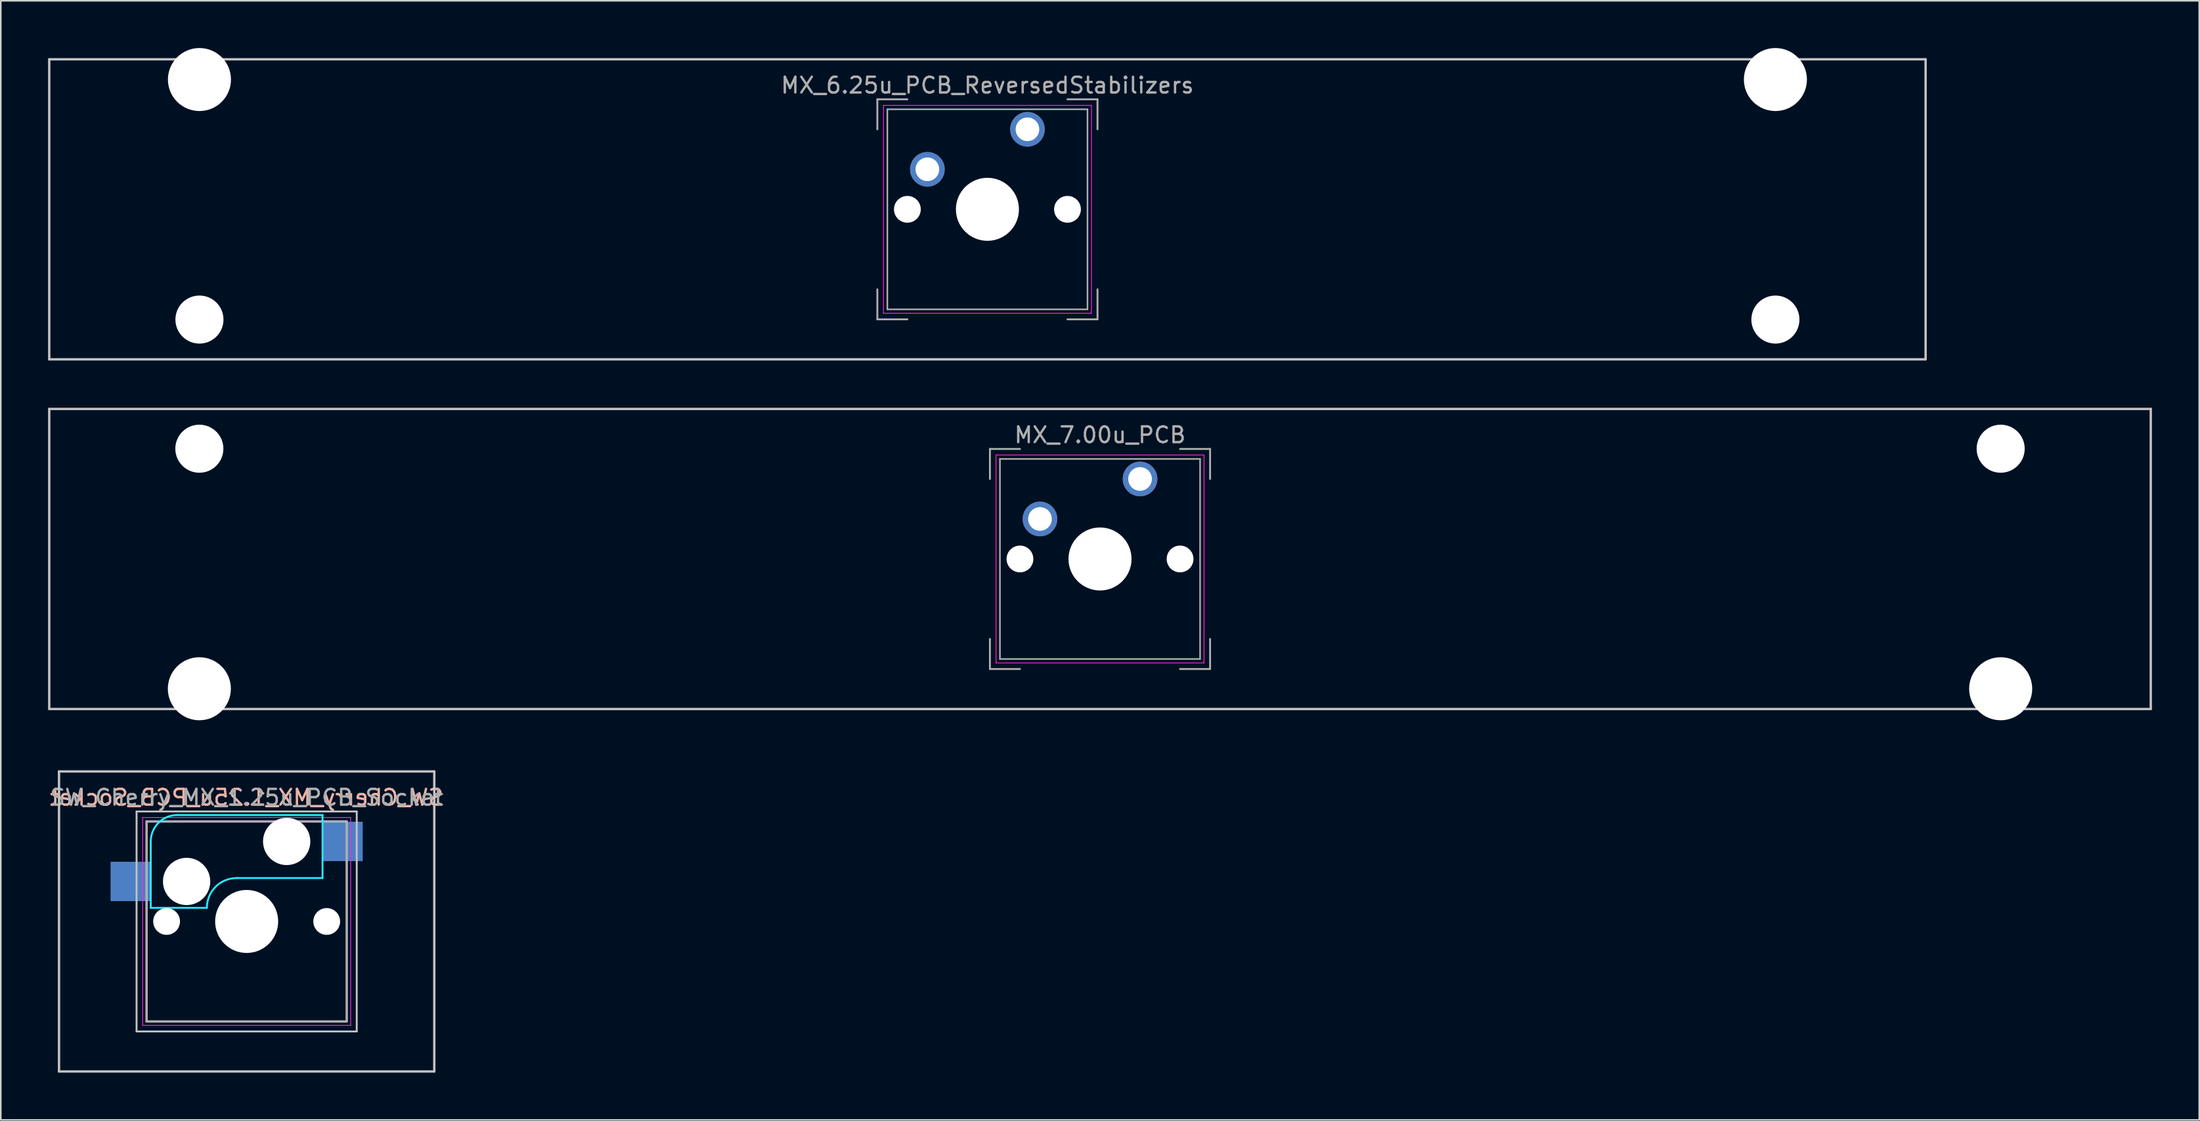
<source format=kicad_pcb>
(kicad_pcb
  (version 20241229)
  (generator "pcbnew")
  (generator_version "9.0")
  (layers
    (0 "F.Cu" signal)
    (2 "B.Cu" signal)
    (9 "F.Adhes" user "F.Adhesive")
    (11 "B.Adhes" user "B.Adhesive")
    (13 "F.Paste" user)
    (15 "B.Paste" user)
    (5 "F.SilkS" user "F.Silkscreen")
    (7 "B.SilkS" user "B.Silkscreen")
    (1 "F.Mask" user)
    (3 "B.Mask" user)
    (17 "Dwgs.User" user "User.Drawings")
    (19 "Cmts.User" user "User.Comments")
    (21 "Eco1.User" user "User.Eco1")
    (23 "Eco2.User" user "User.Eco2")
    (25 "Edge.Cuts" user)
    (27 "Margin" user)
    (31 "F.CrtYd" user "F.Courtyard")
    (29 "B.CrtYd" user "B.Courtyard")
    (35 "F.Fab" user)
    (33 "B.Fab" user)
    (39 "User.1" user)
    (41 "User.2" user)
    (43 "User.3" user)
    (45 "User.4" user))
  (footprint "SW_Cherry_MX_1.25u_PCB_Socket"
    (layer "F.Cu")
    (at 0.695 45.93)
    (property "Reference" "SW_Cherry_MX_1.25u_PCB_Socket" (at 11.906 1.651 0) (layer "B.SilkS") (effects (font (size 1 1) (thickness 0.15)) (justify mirror)))
    (attr through_hole)
    (fp_line (start 0 0) (end 23.812 0) (stroke (width 0.15) (type solid)) (layer "Dwgs.User"))
    (fp_line (start 0 19.05) (end 0 0) (stroke (width 0.15) (type solid)) (layer "Dwgs.User"))
    (fp_line (start 4.921 2.54) (end 18.891 2.54) (stroke (width 0.12) (type solid)) (layer "Dwgs.User"))
    (fp_line (start 4.921 16.51) (end 4.921 2.54) (stroke (width 0.12) (type solid)) (layer "Dwgs.User"))
    (fp_line (start 18.891 2.54) (end 18.891 16.51) (stroke (width 0.12) (type solid)) (layer "Dwgs.User"))
    (fp_line (start 18.891 16.51) (end 4.921 16.51) (stroke (width 0.12) (type solid)) (layer "Dwgs.User"))
    (fp_line (start 23.812 0) (end 23.812 19.05) (stroke (width 0.15) (type solid)) (layer "Dwgs.User"))
    (fp_line (start 23.812 19.05) (end 0 19.05) (stroke (width 0.15) (type solid)) (layer "Dwgs.User"))
    (fp_line (start 5.821 8.66) (end 5.821 4.445) (stroke (width 0.12) (type solid)) (layer "B.CrtYd"))
    (fp_line (start 5.821 8.66) (end 9.381 8.66) (stroke (width 0.12) (type solid)) (layer "B.CrtYd"))
    (fp_line (start 7.496 2.77) (end 16.721 2.77) (stroke (width 0.12) (type solid)) (layer "B.CrtYd"))
    (fp_line (start 16.721 2.77) (end 16.721 6.77) (stroke (width 0.12) (type solid)) (layer "B.CrtYd"))
    (fp_line (start 16.721 6.77) (end 11.271 6.77) (stroke (width 0.12) (type solid)) (layer "B.CrtYd"))
    (fp_arc (start 5.82125 4.445) (mid 6.311846 3.260596) (end 7.49625 2.77) (stroke (width 0.12) (type solid)) (layer "B.CrtYd"))
    (fp_arc (start 9.38125 8.66) (mid 9.934818 7.323568) (end 11.27125 6.77) (stroke (width 0.12) (type solid)) (layer "B.CrtYd"))
    (fp_line (start 5.306 2.925) (end 18.506 2.925) (stroke (width 0.05) (type solid)) (layer "F.CrtYd"))
    (fp_line (start 5.306 16.125) (end 5.306 2.925) (stroke (width 0.05) (type solid)) (layer "F.CrtYd"))
    (fp_line (start 18.506 2.925) (end 18.506 16.125) (stroke (width 0.05) (type solid)) (layer "F.CrtYd"))
    (fp_line (start 18.506 16.125) (end 5.306 16.125) (stroke (width 0.05) (type solid)) (layer "F.CrtYd"))
    (fp_line (start 5.556 3.175) (end 18.256 3.175) (stroke (width 0.15) (type solid)) (layer "F.Fab"))
    (fp_line (start 5.556 15.875) (end 5.556 3.175) (stroke (width 0.15) (type solid)) (layer "F.Fab"))
    (fp_line (start 18.256 3.175) (end 18.256 15.875) (stroke (width 0.15) (type solid)) (layer "F.Fab"))
    (fp_line (start 18.256 15.875) (end 5.556 15.875) (stroke (width 0.15) (type solid)) (layer "F.Fab"))
    (fp_text user "${REFERENCE}" (at 11.906 1.651 0) (layer "F.Fab") (effects (font (size 1 1) (thickness 0.15))))
    (pad "" np_thru_hole circle (at 6.826 9.525) (size 1.7 1.7) (drill 1.7) (layers "*.Cu" "*.Mask"))
    (pad "" np_thru_hole circle (at 8.096 6.985) (size 3 3) (drill 3) (layers "*.Cu" "*.Mask"))
    (pad "" np_thru_hole circle (at 11.906 9.525) (size 4 4) (drill 4) (layers "*.Cu" "*.Mask"))
    (pad "" np_thru_hole circle (at 14.446 4.445) (size 3 3) (drill 3) (layers "*.Cu" "*.Mask"))
    (pad "" np_thru_hole circle (at 16.986 9.525) (size 1.7 1.7) (drill 1.7) (layers "*.Cu" "*.Mask"))
    (pad "1" smd rect (at 17.996 4.445) (size 2.55 2.5) (layers "B.Cu" "B.Mask" "B.Paste"))
    (pad "2" smd rect (at 4.546 6.985) (size 2.55 2.5) (layers "B.Cu" "B.Mask" "B.Paste")))
  (footprint "MX_7.00u_PCB"
    (layer "F.Cu")
    (at 66.75 32.44)
    (property "Reference" "MX_7.00u_PCB" (at 0 -7.874 0) (layer "F.Fab") (effects (font (size 1 1) (thickness 0.15))))
    (attr through_hole)
    (fp_line (start -66.675 -9.525) (end 66.675 -9.525) (stroke (width 0.15) (type solid)) (layer "Dwgs.User"))
    (fp_line (start -66.675 9.525) (end -66.675 -9.525) (stroke (width 0.15) (type solid)) (layer "Dwgs.User"))
    (fp_line (start 66.675 -9.525) (end 66.675 9.525) (stroke (width 0.15) (type solid)) (layer "Dwgs.User"))
    (fp_line (start 66.675 9.525) (end -66.675 9.525) (stroke (width 0.15) (type solid)) (layer "Dwgs.User"))
    (fp_line (start -6.6 -6.6) (end 6.6 -6.6) (stroke (width 0.05) (type solid)) (layer "F.CrtYd"))
    (fp_line (start -6.6 6.6) (end -6.6 -6.6) (stroke (width 0.05) (type solid)) (layer "F.CrtYd"))
    (fp_line (start 6.6 -6.6) (end 6.6 6.6) (stroke (width 0.05) (type solid)) (layer "F.CrtYd"))
    (fp_line (start 6.6 6.6) (end -6.6 6.6) (stroke (width 0.05) (type solid)) (layer "F.CrtYd"))
    (fp_line (start -6.985 -6.985) (end -5.08 -6.985) (stroke (width 0.12) (type solid)) (layer "F.Fab"))
    (fp_line (start -6.985 -5.08) (end -6.985 -6.985) (stroke (width 0.12) (type solid)) (layer "F.Fab"))
    (fp_line (start -6.985 5.08) (end -6.985 6.985) (stroke (width 0.12) (type solid)) (layer "F.Fab"))
    (fp_line (start -6.35 -6.35) (end 6.35 -6.35) (stroke (width 0.1) (type solid)) (layer "F.Fab"))
    (fp_line (start -6.35 6.35) (end -6.35 -6.35) (stroke (width 0.1) (type solid)) (layer "F.Fab"))
    (fp_line (start -5.08 6.985) (end -6.985 6.985) (stroke (width 0.12) (type solid)) (layer "F.Fab"))
    (fp_line (start 5.08 -6.985) (end 6.985 -6.985) (stroke (width 0.12) (type solid)) (layer "F.Fab"))
    (fp_line (start 6.35 -6.35) (end 6.35 6.35) (stroke (width 0.1) (type solid)) (layer "F.Fab"))
    (fp_line (start 6.35 6.35) (end -6.35 6.35) (stroke (width 0.1) (type solid)) (layer "F.Fab"))
    (fp_line (start 6.985 -6.985) (end 6.985 -5.08) (stroke (width 0.12) (type solid)) (layer "F.Fab"))
    (fp_line (start 6.985 5.08) (end 6.985 6.985) (stroke (width 0.12) (type solid)) (layer "F.Fab"))
    (fp_line (start 6.985 6.985) (end 5.08 6.985) (stroke (width 0.12) (type solid)) (layer "F.Fab"))
    (pad "" np_thru_hole circle (at -57.15 -7) (size 3.05 3.05) (drill 3.05) (layers "*.Cu" "*.Mask"))
    (pad "" np_thru_hole circle (at -57.15 8.24) (size 4 4) (drill 4) (layers "*.Cu" "*.Mask"))
    (pad "" np_thru_hole circle (at -5.08 0) (size 1.7 1.7) (drill 1.7) (layers "*.Cu" "*.Mask"))
    (pad "" np_thru_hole circle (at 0 0) (size 4 4) (drill 4) (layers "*.Cu" "*.Mask"))
    (pad "" np_thru_hole circle (at 5.08 0) (size 1.7 1.7) (drill 1.7) (layers "*.Cu" "*.Mask"))
    (pad "" np_thru_hole circle (at 57.15 -7) (size 3.05 3.05) (drill 3.05) (layers "*.Cu" "*.Mask"))
    (pad "" np_thru_hole circle (at 57.15 8.24) (size 4 4) (drill 4) (layers "*.Cu" "*.Mask"))
    (pad "1" thru_hole circle (at 2.54 -5.08) (size 2.2 2.2) (drill 1.5) (layers "*.Cu" "*.Mask"))
    (pad "2" thru_hole circle (at -3.81 -2.54) (size 2.2 2.2) (drill 1.5) (layers "*.Cu" "*.Mask")))
  (footprint "MX_6.25u_PCB_ReversedStabilizers"
    (layer "F.Cu")
    (at 59.606 10.24)
    (property "Reference" "MX_6.25u_PCB_ReversedStabilizers" (at 0 -7.874 0) (layer "F.Fab") (effects (font (size 1 1) (thickness 0.15))))
    (attr through_hole)
    (fp_line (start -59.531 -9.525) (end 59.531 -9.525) (stroke (width 0.15) (type solid)) (layer "Dwgs.User"))
    (fp_line (start -59.531 9.525) (end -59.531 -9.525) (stroke (width 0.15) (type solid)) (layer "Dwgs.User"))
    (fp_line (start 59.531 -9.525) (end 59.531 9.525) (stroke (width 0.15) (type solid)) (layer "Dwgs.User"))
    (fp_line (start 59.531 9.525) (end -59.531 9.525) (stroke (width 0.15) (type solid)) (layer "Dwgs.User"))
    (fp_line (start -6.6 -6.6) (end 6.6 -6.6) (stroke (width 0.05) (type solid)) (layer "F.CrtYd"))
    (fp_line (start -6.6 6.6) (end -6.6 -6.6) (stroke (width 0.05) (type solid)) (layer "F.CrtYd"))
    (fp_line (start 6.6 -6.6) (end 6.6 6.6) (stroke (width 0.05) (type solid)) (layer "F.CrtYd"))
    (fp_line (start 6.6 6.6) (end -6.6 6.6) (stroke (width 0.05) (type solid)) (layer "F.CrtYd"))
    (fp_line (start -6.985 -6.985) (end -5.08 -6.985) (stroke (width 0.12) (type solid)) (layer "F.Fab"))
    (fp_line (start -6.985 -5.08) (end -6.985 -6.985) (stroke (width 0.12) (type solid)) (layer "F.Fab"))
    (fp_line (start -6.985 6.985) (end -6.985 5.08) (stroke (width 0.12) (type solid)) (layer "F.Fab"))
    (fp_line (start -6.35 -6.35) (end 6.35 -6.35) (stroke (width 0.1) (type solid)) (layer "F.Fab"))
    (fp_line (start -6.35 6.35) (end -6.35 -6.35) (stroke (width 0.1) (type solid)) (layer "F.Fab"))
    (fp_line (start -5.08 6.985) (end -6.985 6.985) (stroke (width 0.12) (type solid)) (layer "F.Fab"))
    (fp_line (start 6.35 -6.35) (end 6.35 6.35) (stroke (width 0.1) (type solid)) (layer "F.Fab"))
    (fp_line (start 6.35 6.35) (end -6.35 6.35) (stroke (width 0.1) (type solid)) (layer "F.Fab"))
    (fp_line (start 6.985 -6.985) (end 5.08 -6.985) (stroke (width 0.12) (type solid)) (layer "F.Fab"))
    (fp_line (start 6.985 -6.985) (end 6.985 -5.08) (stroke (width 0.12) (type solid)) (layer "F.Fab"))
    (fp_line (start 6.985 6.985) (end 5.08 6.985) (stroke (width 0.12) (type solid)) (layer "F.Fab"))
    (fp_line (start 6.985 6.985) (end 6.985 5.08) (stroke (width 0.12) (type solid)) (layer "F.Fab"))
    (pad "" np_thru_hole circle (at -50 -8.24 180) (size 4 4) (drill 4) (layers "*.Cu" "*.Mask"))
    (pad "" np_thru_hole circle (at -50 7 180) (size 3.05 3.05) (drill 3.05) (layers "*.Cu" "*.Mask"))
    (pad "" np_thru_hole circle (at -5.08 0) (size 1.7 1.7) (drill 1.7) (layers "*.Cu" "*.Mask"))
    (pad "" np_thru_hole circle (at 0 0) (size 4 4) (drill 4) (layers "*.Cu" "*.Mask"))
    (pad "" np_thru_hole circle (at 5.08 0) (size 1.7 1.7) (drill 1.7) (layers "*.Cu" "*.Mask"))
    (pad "" np_thru_hole circle (at 50 -8.24 180) (size 4 4) (drill 4) (layers "*.Cu" "*.Mask"))
    (pad "" np_thru_hole circle (at 50 7 180) (size 3.05 3.05) (drill 3.05) (layers "*.Cu" "*.Mask"))
    (pad "1" thru_hole circle (at 2.54 -5.08) (size 2.2 2.2) (drill 1.5) (layers "*.Cu" "*.Mask"))
    (pad "2" thru_hole circle (at -3.81 -2.54) (size 2.2 2.2) (drill 1.5) (layers "*.Cu" "*.Mask")))
  (gr_rect
    (start -3 -3)
    (end 136.5 68.055)
    (stroke (width 0.1) (type default))
    (fill no)
    (layer "Edge.Cuts")))
</source>
